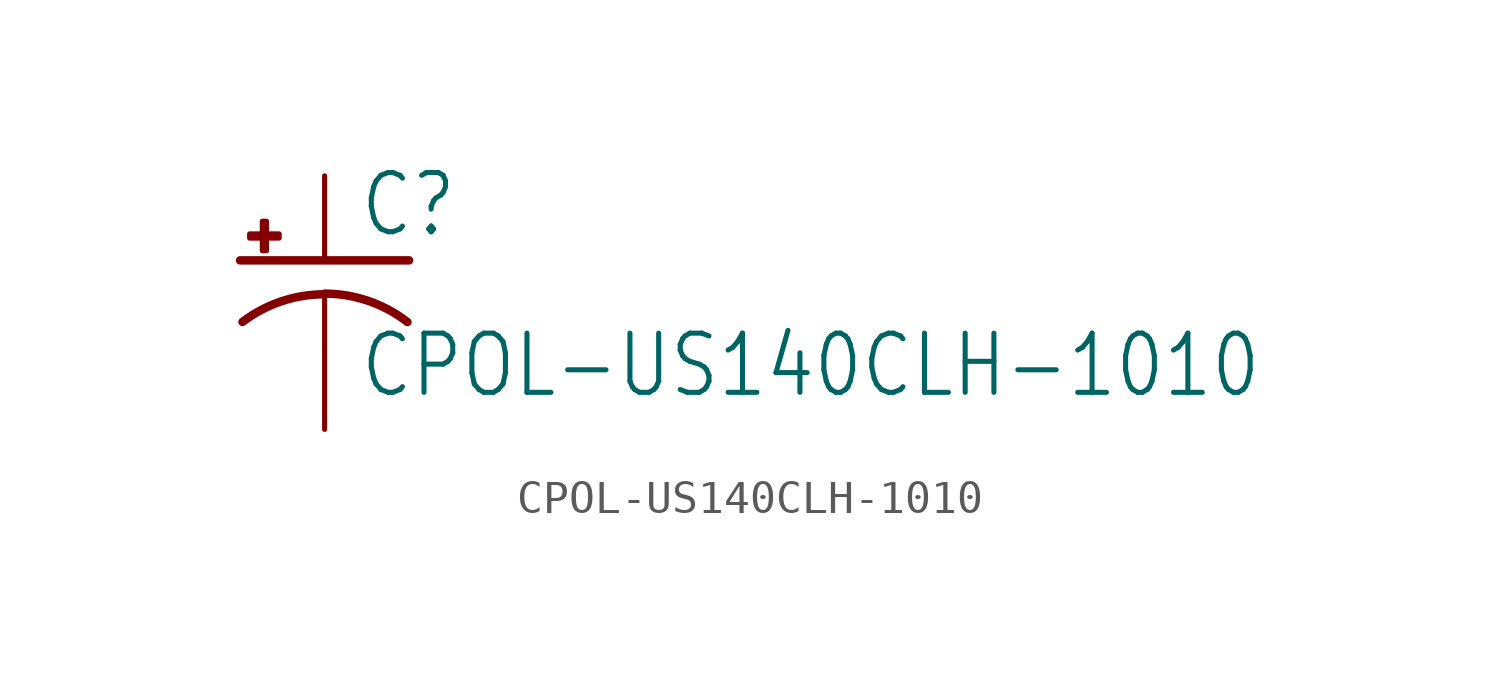
<source format=kicad_sym>
(kicad_symbol_lib
  (version 20220914)
  (generator kicad_symbol_editor)
  (symbol "CPOL-US140CLH-1010"
    (property "Reference" "C"
      (at 1.016 0.635 0)
      (effects (font (size 1.778 1.511)) (justify left bottom)))
    (property "Value" "CPOL-US140CLH-1010"
      (at 1.016 -4.191 0)
      (effects (font (size 1.778 1.511)) (justify left bottom)))
    (property "ki_locked" ""
      (at 0 0 0)
      (effects (font (size 1.27 1.27))))
    (symbol "CPOL-US140CLH-1010_1_0"
      (rectangle (start -2.253 0.668) (end -1.364 0.795) (stroke (width 0) (type default)) (fill (type outline)))
      (rectangle (start -1.872 0.287) (end -1.745 1.176) (stroke (width 0) (type default)) (fill (type outline)))
      (arc (start 0 -1.0161) (mid -1.3021 -1.2302) (end -2.4669 -1.8504) (stroke (width 0.254) (type default)) (fill (type none)))
      (polyline (pts (xy -2.54 0) (xy 2.54 0)) (stroke (width 0.254) (type default)) (fill (type none)))
      (polyline (pts (xy 0 -1.016) (xy 0 -2.54)) (stroke (width 0.152) (type default)) (fill (type none)))
      (arc (start 2.4892 -1.8542) (mid 1.3158 -1.2195) (end 0 -1) (stroke (width 0.254) (type default)) (fill (type none)))
      (pin passive line (at 0 2.54 270) (length 2.54) (name "+" (effects (font (size 0 0)))) (number "+" (effects (font (size 0 0)))))
      (pin passive line (at 0 -5.08 90) (length 2.54) (name "-" (effects (font (size 0 0)))) (number "-" (effects (font (size 0 0))))))))
</source>
